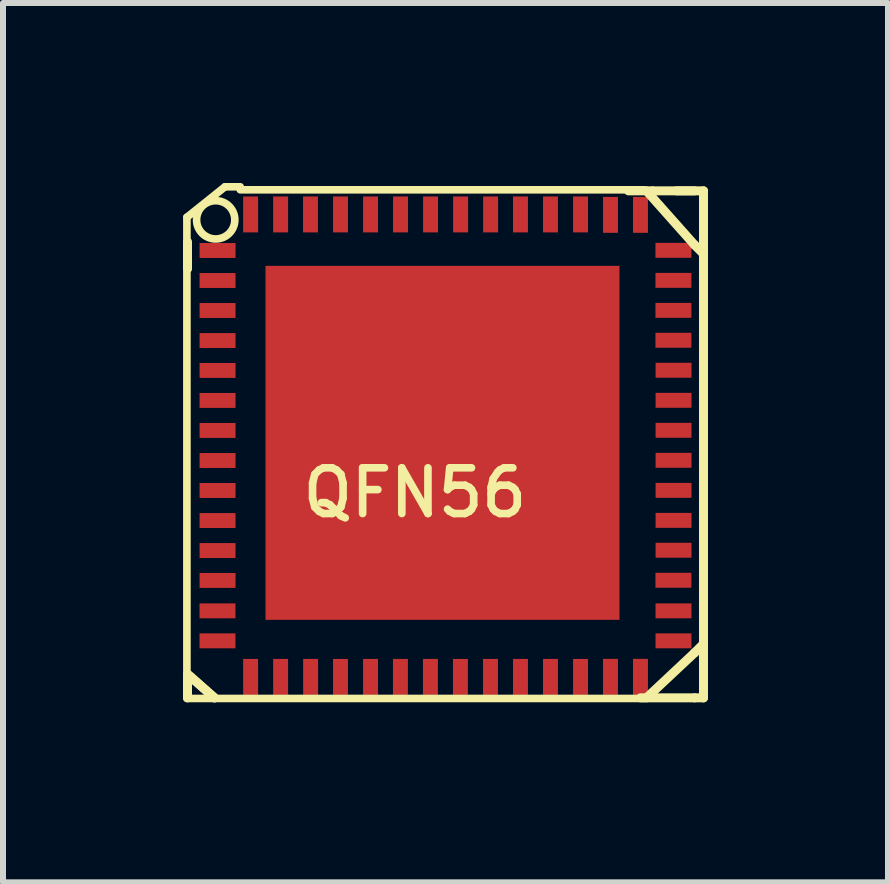
<source format=kicad_pcb>
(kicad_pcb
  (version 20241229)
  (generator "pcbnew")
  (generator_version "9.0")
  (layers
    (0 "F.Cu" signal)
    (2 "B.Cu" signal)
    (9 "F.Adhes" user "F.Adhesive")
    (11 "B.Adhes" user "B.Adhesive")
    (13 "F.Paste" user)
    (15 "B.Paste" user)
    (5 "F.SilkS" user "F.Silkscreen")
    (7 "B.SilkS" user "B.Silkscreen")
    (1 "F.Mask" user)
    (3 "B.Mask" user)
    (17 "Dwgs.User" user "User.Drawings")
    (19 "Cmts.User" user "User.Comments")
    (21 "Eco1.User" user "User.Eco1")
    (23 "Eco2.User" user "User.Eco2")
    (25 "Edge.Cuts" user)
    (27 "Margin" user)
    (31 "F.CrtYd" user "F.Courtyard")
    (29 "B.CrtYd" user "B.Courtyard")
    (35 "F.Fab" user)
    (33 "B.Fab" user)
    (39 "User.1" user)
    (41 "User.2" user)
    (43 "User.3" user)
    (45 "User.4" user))
  (footprint "QFN56"
    (layer "F.Cu")
    (at 4.375 4.381)
    (property "Reference" "QFN56" (at -0.51 0.782 0) (layer "F.SilkS") (effects (font (size 0.762 0.762) (thickness 0.127))))
    (attr smd)
    (fp_line (start -4.31 -3.81) (end -4.31 -3.429) (stroke (width 0.127) (type solid)) (layer "F.SilkS"))
    (fp_line (start -4.31 3.81) (end -4.31 -2.921) (stroke (width 0.127) (type solid)) (layer "F.SilkS"))
    (fp_line (start -4.3 -3.4) (end -4.3 -2.95) (stroke (width 0.15) (type solid)) (layer "F.SilkS"))
    (fp_line (start -4.3 4.2) (end -4.3 3.85) (stroke (width 0.15) (type solid)) (layer "F.SilkS"))
    (fp_line (start -4.25 3.85) (end -3.85 4.2) (stroke (width 0.15) (type solid)) (layer "F.SilkS"))
    (fp_line (start -3.85 4.2) (end -4.3 3.8) (stroke (width 0.15) (type solid)) (layer "F.SilkS"))
    (fp_line (start -3.675 -4.318) (end -4.31 -3.81) (stroke (width 0.127) (type solid)) (layer "F.SilkS"))
    (fp_line (start -3.421 -4.318) (end -3.675 -4.318) (stroke (width 0.127) (type solid)) (layer "F.SilkS"))
    (fp_line (start -3.421 -4.268) (end 3.31 -4.268) (stroke (width 0.127) (type solid)) (layer "F.SilkS"))
    (fp_line (start 3.25 4.2) (end 4.15 4.2) (stroke (width 0.15) (type solid)) (layer "F.SilkS"))
    (fp_line (start 3.31 4.21) (end -4.31 4.21) (stroke (width 0.127) (type solid)) (layer "F.SilkS"))
    (fp_line (start 3.35 4.2) (end 4.15 3.45) (stroke (width 0.15) (type solid)) (layer "F.SilkS"))
    (fp_line (start 3.45 -4.25) (end 3.05 -4.25) (stroke (width 0.15) (type solid)) (layer "F.SilkS"))
    (fp_line (start 3.45 -4.25) (end 4.15 -4.25) (stroke (width 0.15) (type solid)) (layer "F.SilkS"))
    (fp_line (start 4.15 -3.35) (end 3.35 -4.25) (stroke (width 0.15) (type solid)) (layer "F.SilkS"))
    (fp_line (start 4.15 -3.35) (end 4.3 -3.2) (stroke (width 0.15) (type solid)) (layer "F.SilkS"))
    (fp_line (start 4.15 3.45) (end 4.3 3.3) (stroke (width 0.15) (type solid)) (layer "F.SilkS"))
    (fp_line (start 4.15 4.2) (end 4.3 4.2) (stroke (width 0.15) (type solid)) (layer "F.SilkS"))
    (fp_line (start 4.3 -4.25) (end 3.85 -4.25) (stroke (width 0.15) (type solid)) (layer "F.SilkS"))
    (fp_line (start 4.3 4.2) (end 4.3 -4.25) (stroke (width 0.15) (type solid)) (layer "F.SilkS"))
    (fp_circle (center -3.83 -3.767) (end -3.932 -4.069) (stroke (width 0.127) (type solid)) (fill no) (layer "F.SilkS"))
    (pad "1" smd rect (at -3.799 -3.256) (size 0.599 0.249) (layers "F.Cu" "F.Mask" "F.Paste"))
    (pad "2" smd rect (at -3.799 -2.756) (size 0.599 0.249) (layers "F.Cu" "F.Mask" "F.Paste"))
    (pad "3" smd rect (at -3.799 -2.256) (size 0.599 0.249) (layers "F.Cu" "F.Mask" "F.Paste"))
    (pad "4" smd rect (at -3.799 -1.755) (size 0.599 0.249) (layers "F.Cu" "F.Mask" "F.Paste"))
    (pad "5" smd rect (at -3.799 -1.257) (size 0.599 0.249) (layers "F.Cu" "F.Mask" "F.Paste"))
    (pad "6" smd rect (at -3.799 -0.757) (size 0.599 0.249) (layers "F.Cu" "F.Mask" "F.Paste"))
    (pad "7" smd rect (at -3.799 -0.257) (size 0.599 0.249) (layers "F.Cu" "F.Mask" "F.Paste"))
    (pad "8" smd rect (at -3.799 0.244) (size 0.599 0.249) (layers "F.Cu" "F.Mask" "F.Paste"))
    (pad "9" smd rect (at -3.799 0.744) (size 0.599 0.249) (layers "F.Cu" "F.Mask" "F.Paste"))
    (pad "10" smd rect (at -3.799 1.245) (size 0.599 0.249) (layers "F.Cu" "F.Mask" "F.Paste"))
    (pad "11" smd rect (at -3.799 1.745) (size 0.599 0.249) (layers "F.Cu" "F.Mask" "F.Paste"))
    (pad "12" smd rect (at -3.799 2.243) (size 0.599 0.249) (layers "F.Cu" "F.Mask" "F.Paste"))
    (pad "13" smd rect (at -3.8 2.75) (size 0.599 0.249) (layers "F.Cu" "F.Mask" "F.Paste"))
    (pad "14" smd rect (at -3.8 3.25) (size 0.599 0.249) (layers "F.Cu" "F.Mask" "F.Paste"))
    (pad "15" smd rect (at -3.248 3.851) (size 0.249 0.599) (layers "F.Cu" "F.Mask" "F.Paste"))
    (pad "16" smd rect (at -2.748 3.851) (size 0.249 0.599) (layers "F.Cu" "F.Mask" "F.Paste"))
    (pad "17" smd rect (at -2.248 3.851) (size 0.249 0.599) (layers "F.Cu" "F.Mask" "F.Paste"))
    (pad "18" smd rect (at -1.75 3.851) (size 0.249 0.599) (layers "F.Cu" "F.Mask" "F.Paste"))
    (pad "19" smd rect (at -1.249 3.851) (size 0.249 0.599) (layers "F.Cu" "F.Mask" "F.Paste"))
    (pad "20" smd rect (at -0.751 3.851) (size 0.249 0.599) (layers "F.Cu" "F.Mask" "F.Paste"))
    (pad "21" smd rect (at -0.251 3.851) (size 0.249 0.599) (layers "F.Cu" "F.Mask" "F.Paste"))
    (pad "22" smd rect (at 0.249 3.851) (size 0.249 0.599) (layers "F.Cu" "F.Mask" "F.Paste"))
    (pad "23" smd rect (at 0.75 3.851) (size 0.249 0.599) (layers "F.Cu" "F.Mask" "F.Paste"))
    (pad "24" smd rect (at 1.25 3.851) (size 0.249 0.599) (layers "F.Cu" "F.Mask" "F.Paste"))
    (pad "25" smd rect (at 1.75 3.851) (size 0.249 0.599) (layers "F.Cu" "F.Mask" "F.Paste"))
    (pad "26" smd rect (at 2.251 3.851) (size 0.249 0.599) (layers "F.Cu" "F.Mask" "F.Paste"))
    (pad "27" smd rect (at 2.75 3.85) (size 0.249 0.599) (layers "F.Cu" "F.Mask" "F.Paste"))
    (pad "28" smd rect (at 3.25 3.85) (size 0.249 0.599) (layers "F.Cu" "F.Mask" "F.Paste"))
    (pad "29" smd rect (at 3.8 3.25) (size 0.599 0.249) (layers "F.Cu" "F.Mask" "F.Paste"))
    (pad "30" smd rect (at 3.8 2.75) (size 0.599 0.249) (layers "F.Cu" "F.Mask" "F.Paste"))
    (pad "31" smd rect (at 3.799 2.24) (size 0.599 0.249) (layers "F.Cu" "F.Mask" "F.Paste"))
    (pad "32" smd rect (at 3.801 1.74) (size 0.599 0.249) (layers "F.Cu" "F.Mask" "F.Paste"))
    (pad "33" smd rect (at -0.05 -0.05) (size 5.9 5.9) (layers "F.Cu" "F.Mask" "F.Paste"))
    (pad "33" smd rect (at 3.801 1.242) (size 0.599 0.249) (layers "F.Cu" "F.Mask" "F.Paste"))
    (pad "34" smd rect (at 3.801 0.742) (size 0.599 0.249) (layers "F.Cu" "F.Mask" "F.Paste"))
    (pad "35" smd rect (at 3.801 0.241) (size 0.599 0.249) (layers "F.Cu" "F.Mask" "F.Paste"))
    (pad "36" smd rect (at 3.801 -0.259) (size 0.599 0.249) (layers "F.Cu" "F.Mask" "F.Paste"))
    (pad "37" smd rect (at 3.801 -0.759) (size 0.599 0.249) (layers "F.Cu" "F.Mask" "F.Paste"))
    (pad "38" smd rect (at 3.801 -1.26) (size 0.599 0.249) (layers "F.Cu" "F.Mask" "F.Paste"))
    (pad "39" smd rect (at 3.799 -1.76) (size 0.599 0.249) (layers "F.Cu" "F.Mask" "F.Paste"))
    (pad "40" smd rect (at 3.799 -2.258) (size 0.599 0.249) (layers "F.Cu" "F.Mask" "F.Paste"))
    (pad "41" smd rect (at 3.799 -2.758) (size 0.599 0.249) (layers "F.Cu" "F.Mask" "F.Paste"))
    (pad "42" smd rect (at 3.799 -3.259) (size 0.599 0.249) (layers "F.Cu" "F.Mask" "F.Paste"))
    (pad "43" smd rect (at 3.25 -3.85) (size 0.249 0.599) (layers "F.Cu" "F.Mask" "F.Paste"))
    (pad "44" smd rect (at 2.75 -3.85) (size 0.249 0.599) (layers "F.Cu" "F.Mask" "F.Paste"))
    (pad "45" smd rect (at 2.251 -3.857) (size 0.249 0.599) (layers "F.Cu" "F.Mask" "F.Paste"))
    (pad "46" smd rect (at 1.75 -3.857) (size 0.249 0.599) (layers "F.Cu" "F.Mask" "F.Paste"))
    (pad "47" smd rect (at 1.25 -3.857) (size 0.249 0.599) (layers "F.Cu" "F.Mask" "F.Paste"))
    (pad "48" smd rect (at 0.752 -3.857) (size 0.249 0.599) (layers "F.Cu" "F.Mask" "F.Paste"))
    (pad "49" smd rect (at 0.252 -3.857) (size 0.249 0.599) (layers "F.Cu" "F.Mask" "F.Paste"))
    (pad "50" smd rect (at -0.249 -3.857) (size 0.249 0.599) (layers "F.Cu" "F.Mask" "F.Paste"))
    (pad "51" smd rect (at -0.749 -3.857) (size 0.249 0.599) (layers "F.Cu" "F.Mask" "F.Paste"))
    (pad "52" smd rect (at -1.249 -3.857) (size 0.249 0.599) (layers "F.Cu" "F.Mask" "F.Paste"))
    (pad "53" smd rect (at -1.75 -3.857) (size 0.249 0.599) (layers "F.Cu" "F.Mask" "F.Paste"))
    (pad "54" smd rect (at -2.25 -3.857) (size 0.249 0.599) (layers "F.Cu" "F.Mask" "F.Paste"))
    (pad "55" smd rect (at -2.748 -3.857) (size 0.249 0.599) (layers "F.Cu" "F.Mask" "F.Paste"))
    (pad "56" smd rect (at -3.248 -3.857) (size 0.249 0.599) (layers "F.Cu" "F.Mask" "F.Paste")))
  (gr_rect
    (start -3 -3)
    (end 11.75 11.656)
    (stroke (width 0.1) (type default))
    (fill no)
    (layer "Edge.Cuts")))
</source>
